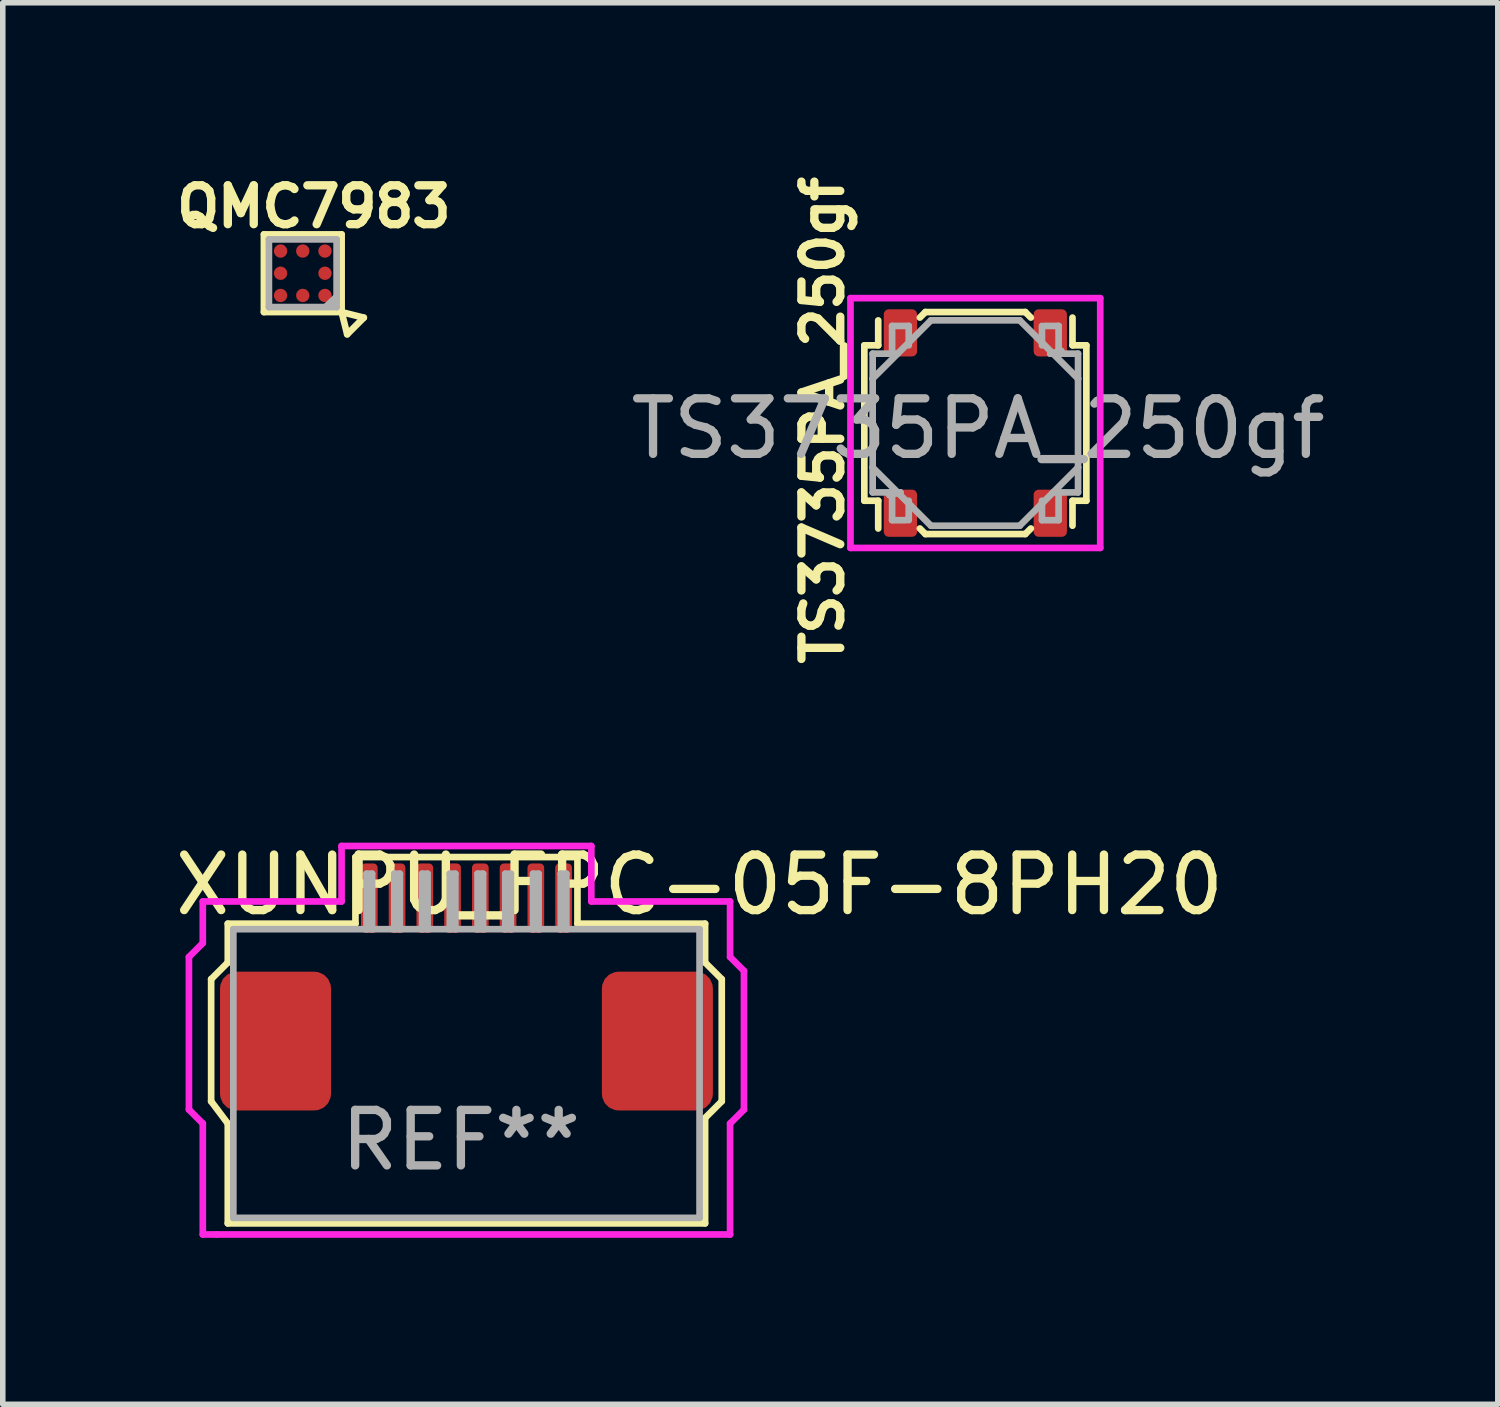
<source format=kicad_pcb>
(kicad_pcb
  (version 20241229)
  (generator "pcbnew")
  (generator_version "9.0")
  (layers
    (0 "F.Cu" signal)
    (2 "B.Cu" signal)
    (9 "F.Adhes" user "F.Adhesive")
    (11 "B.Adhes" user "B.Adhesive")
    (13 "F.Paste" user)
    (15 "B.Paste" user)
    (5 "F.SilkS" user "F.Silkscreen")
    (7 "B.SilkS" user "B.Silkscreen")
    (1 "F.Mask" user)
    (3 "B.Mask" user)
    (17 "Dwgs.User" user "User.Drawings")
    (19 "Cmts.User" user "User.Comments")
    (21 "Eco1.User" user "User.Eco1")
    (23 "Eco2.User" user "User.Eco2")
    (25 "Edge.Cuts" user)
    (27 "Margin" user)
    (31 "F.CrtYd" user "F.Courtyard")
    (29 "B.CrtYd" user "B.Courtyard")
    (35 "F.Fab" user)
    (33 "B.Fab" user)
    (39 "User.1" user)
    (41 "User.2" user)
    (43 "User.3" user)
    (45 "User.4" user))
  (footprint "XUNPU_FPC-05F-8PH20"
    (layer "F.Cu")
    (at 5.354 15.692)
    (property "Reference" "XUNPU_FPC-05F-8PH20" (at 4.2 -2.8 0) (layer "F.SilkS") (effects (font (size 1 1) (thickness 0.15))))
    (attr smd)
    (fp_line (start -4.6 -1.1) (end -4.6 1.1) (stroke (width 0.12) (type solid)) (layer "F.SilkS"))
    (fp_line (start -4.6 1.1) (end -4.3 1.5) (stroke (width 0.12) (type solid)) (layer "F.SilkS"))
    (fp_line (start -4.3 -2.1) (end -4.3 -1.4) (stroke (width 0.12) (type solid)) (layer "F.SilkS"))
    (fp_line (start -4.3 -1.4) (end -4.6 -1.1) (stroke (width 0.12) (type solid)) (layer "F.SilkS"))
    (fp_line (start -4.3 1.5) (end -4.3 3.3) (stroke (width 0.12) (type solid)) (layer "F.SilkS"))
    (fp_line (start -4.3 3.3) (end 4.3 3.3) (stroke (width 0.12) (type solid)) (layer "F.SilkS"))
    (fp_line (start -2 -3.3) (end -2 -2.1) (stroke (width 0.12) (type solid)) (layer "F.SilkS"))
    (fp_line (start -2 -2.1) (end -4.3 -2.1) (stroke (width 0.12) (type solid)) (layer "F.SilkS"))
    (fp_line (start 2 -3.3) (end -2 -3.3) (stroke (width 0.12) (type solid)) (layer "F.SilkS"))
    (fp_line (start 2 -2.1) (end 2 -3.3) (stroke (width 0.12) (type solid)) (layer "F.SilkS"))
    (fp_line (start 4.3 -2.1) (end 2 -2.1) (stroke (width 0.12) (type solid)) (layer "F.SilkS"))
    (fp_line (start 4.3 -1.4) (end 4.3 -2.1) (stroke (width 0.12) (type solid)) (layer "F.SilkS"))
    (fp_line (start 4.3 1.4) (end 4.6 1.1) (stroke (width 0.12) (type solid)) (layer "F.SilkS"))
    (fp_line (start 4.3 3.3) (end 4.3 1.4) (stroke (width 0.12) (type solid)) (layer "F.SilkS"))
    (fp_line (start 4.6 -1.1) (end 4.3 -1.4) (stroke (width 0.12) (type solid)) (layer "F.SilkS"))
    (fp_line (start 4.6 1.1) (end 4.6 -1.1) (stroke (width 0.12) (type solid)) (layer "F.SilkS"))
    (fp_line (start -5 -1.5) (end -5 1.25) (stroke (width 0.12) (type solid)) (layer "F.CrtYd"))
    (fp_line (start -5 1.25) (end -4.75 1.5) (stroke (width 0.12) (type solid)) (layer "F.CrtYd"))
    (fp_line (start -4.75 -2.5) (end -4.75 -1.75) (stroke (width 0.12) (type solid)) (layer "F.CrtYd"))
    (fp_line (start -4.75 -1.75) (end -5 -1.5) (stroke (width 0.12) (type solid)) (layer "F.CrtYd"))
    (fp_line (start -4.75 1.5) (end -4.75 3.5) (stroke (width 0.12) (type solid)) (layer "F.CrtYd"))
    (fp_line (start -4.75 3.5) (end -4.5 3.5) (stroke (width 0.12) (type solid)) (layer "F.CrtYd"))
    (fp_line (start -4.5 -2.5) (end -4.75 -2.5) (stroke (width 0.12) (type solid)) (layer "F.CrtYd"))
    (fp_line (start -4.5 3.5) (end 4.75 3.5) (stroke (width 0.12) (type solid)) (layer "F.CrtYd"))
    (fp_line (start -2.25 -3.5) (end -2.25 -2.5) (stroke (width 0.12) (type solid)) (layer "F.CrtYd"))
    (fp_line (start -2.25 -2.5) (end -4.5 -2.5) (stroke (width 0.12) (type solid)) (layer "F.CrtYd"))
    (fp_line (start 2.25 -3.5) (end -2.25 -3.5) (stroke (width 0.12) (type solid)) (layer "F.CrtYd"))
    (fp_line (start 2.25 -2.5) (end 2.25 -3.5) (stroke (width 0.12) (type solid)) (layer "F.CrtYd"))
    (fp_line (start 4.75 -2.5) (end 2.25 -2.5) (stroke (width 0.12) (type solid)) (layer "F.CrtYd"))
    (fp_line (start 4.75 -1.5) (end 4.75 -2.5) (stroke (width 0.12) (type solid)) (layer "F.CrtYd"))
    (fp_line (start 4.75 1.5) (end 5 1.25) (stroke (width 0.12) (type solid)) (layer "F.CrtYd"))
    (fp_line (start 4.75 3.5) (end 4.75 1.5) (stroke (width 0.12) (type solid)) (layer "F.CrtYd"))
    (fp_line (start 5 -1.25) (end 4.75 -1.5) (stroke (width 0.12) (type solid)) (layer "F.CrtYd"))
    (fp_line (start 5 1.25) (end 5 -1.25) (stroke (width 0.12) (type solid)) (layer "F.CrtYd"))
    (fp_line (start -4.2 -2) (end -4.2 3.2) (stroke (width 0.12) (type solid)) (layer "F.Fab"))
    (fp_line (start -4.2 3.2) (end 4.2 3.2) (stroke (width 0.12) (type solid)) (layer "F.Fab"))
    (fp_line (start -1.8 -3) (end -1.7 -3) (stroke (width 0.12) (type solid)) (layer "F.Fab"))
    (fp_line (start -1.8 -2) (end -1.8 -3) (stroke (width 0.12) (type solid)) (layer "F.Fab"))
    (fp_line (start -1.7 -3) (end -1.7 -2) (stroke (width 0.12) (type solid)) (layer "F.Fab"))
    (fp_line (start -1.3 -3) (end -1.2 -3) (stroke (width 0.12) (type solid)) (layer "F.Fab"))
    (fp_line (start -1.3 -2) (end -1.3 -3) (stroke (width 0.12) (type solid)) (layer "F.Fab"))
    (fp_line (start -1.2 -3) (end -1.2 -2) (stroke (width 0.12) (type solid)) (layer "F.Fab"))
    (fp_line (start -0.8 -3) (end -0.7 -3) (stroke (width 0.12) (type solid)) (layer "F.Fab"))
    (fp_line (start -0.8 -2) (end -0.8 -3) (stroke (width 0.12) (type solid)) (layer "F.Fab"))
    (fp_line (start -0.7 -3) (end -0.7 -2) (stroke (width 0.12) (type solid)) (layer "F.Fab"))
    (fp_line (start -0.3 -3) (end -0.2 -3) (stroke (width 0.12) (type solid)) (layer "F.Fab"))
    (fp_line (start -0.3 -2) (end -0.3 -3) (stroke (width 0.12) (type solid)) (layer "F.Fab"))
    (fp_line (start -0.2 -3) (end -0.2 -2) (stroke (width 0.12) (type solid)) (layer "F.Fab"))
    (fp_line (start 0.2 -3) (end 0.3 -3) (stroke (width 0.12) (type solid)) (layer "F.Fab"))
    (fp_line (start 0.2 -2) (end 0.2 -3) (stroke (width 0.12) (type solid)) (layer "F.Fab"))
    (fp_line (start 0.3 -3) (end 0.3 -2) (stroke (width 0.12) (type solid)) (layer "F.Fab"))
    (fp_line (start 0.7 -3) (end 0.8 -3) (stroke (width 0.12) (type solid)) (layer "F.Fab"))
    (fp_line (start 0.7 -2) (end 0.7 -3) (stroke (width 0.12) (type solid)) (layer "F.Fab"))
    (fp_line (start 0.8 -3) (end 0.8 -2) (stroke (width 0.12) (type solid)) (layer "F.Fab"))
    (fp_line (start 1.2 -3) (end 1.3 -3) (stroke (width 0.12) (type solid)) (layer "F.Fab"))
    (fp_line (start 1.2 -2) (end 1.2 -3) (stroke (width 0.12) (type solid)) (layer "F.Fab"))
    (fp_line (start 1.3 -3) (end 1.3 -2) (stroke (width 0.12) (type solid)) (layer "F.Fab"))
    (fp_line (start 1.7 -3) (end 1.8 -3) (stroke (width 0.12) (type solid)) (layer "F.Fab"))
    (fp_line (start 1.7 -2) (end 1.7 -3) (stroke (width 0.12) (type solid)) (layer "F.Fab"))
    (fp_line (start 1.8 -3) (end 1.8 -2) (stroke (width 0.12) (type solid)) (layer "F.Fab"))
    (fp_line (start 4.2 -2) (end -4.2 -2) (stroke (width 0.12) (type solid)) (layer "F.Fab"))
    (fp_line (start 4.2 3.2) (end 4.2 -2) (stroke (width 0.12) (type solid)) (layer "F.Fab"))
    (fp_text user "REF**" (at -0.1 1.8 0) (layer "F.Fab") (effects (font (size 1 1) (thickness 0.15))))
    (pad "1" smd roundrect (at -1.75 -2.56) (size 0.3 1.25) (layers "F.Cu" "F.Mask" "F.Paste") (roundrect_rratio 0.25))
    (pad "2" smd roundrect (at -1.25 -2.56) (size 0.3 1.25) (layers "F.Cu" "F.Mask" "F.Paste") (roundrect_rratio 0.25))
    (pad "3" smd roundrect (at -0.75 -2.56) (size 0.3 1.25) (layers "F.Cu" "F.Mask" "F.Paste") (roundrect_rratio 0.25))
    (pad "4" smd roundrect (at -0.25 -2.56) (size 0.3 1.25) (layers "F.Cu" "F.Mask" "F.Paste") (roundrect_rratio 0.25))
    (pad "5" smd roundrect (at 0.25 -2.56) (size 0.3 1.25) (layers "F.Cu" "F.Mask" "F.Paste") (roundrect_rratio 0.25))
    (pad "6" smd roundrect (at 0.75 -2.56) (size 0.3 1.25) (layers "F.Cu" "F.Mask" "F.Paste") (roundrect_rratio 0.25))
    (pad "7" smd roundrect (at 1.25 -2.56) (size 0.3 1.25) (layers "F.Cu" "F.Mask" "F.Paste") (roundrect_rratio 0.25))
    (pad "8" smd roundrect (at 1.75 -2.56) (size 0.3 1.25) (layers "F.Cu" "F.Mask" "F.Paste") (roundrect_rratio 0.25))
    (pad "MP" smd roundrect (at -3.44 0.015) (size 2 2.5) (layers "F.Cu" "F.Mask" "F.Paste") (roundrect_rratio 0.15))
    (pad "MP" smd roundrect (at 3.44 0.015) (size 2 2.5) (layers "F.Cu" "F.Mask" "F.Paste") (roundrect_rratio 0.15)))
  (footprint "QMC7983"
    (layer "F.Cu")
    (at 2.405 1.873)
    (property "Reference" "QMC7983" (at 0.2 -1.2 0) (layer "F.SilkS") (effects (font (size 0.7 0.7) (thickness 0.15))))
    (attr through_hole)
    (fp_line (start -0.7 -0.7) (end 0.7 -0.7) (stroke (width 0.12) (type solid)) (layer "F.SilkS"))
    (fp_line (start -0.7 0.7) (end -0.7 -0.7) (stroke (width 0.12) (type solid)) (layer "F.SilkS"))
    (fp_line (start 0.7 -0.7) (end 0.7 0.7) (stroke (width 0.12) (type solid)) (layer "F.SilkS"))
    (fp_line (start 0.7 0.7) (end -0.7 0.7) (stroke (width 0.12) (type solid)) (layer "F.SilkS"))
    (fp_line (start 0.7 0.7) (end 1.1 0.8) (stroke (width 0.12) (type solid)) (layer "F.SilkS"))
    (fp_line (start 0.8 1.1) (end 0.7 0.7) (stroke (width 0.12) (type solid)) (layer "F.SilkS"))
    (fp_line (start 1.1 0.8) (end 0.8 1.1) (stroke (width 0.12) (type solid)) (layer "F.SilkS"))
    (fp_line (start -0.61 -0.61) (end -0.61 0.61) (stroke (width 0.12) (type solid)) (layer "F.Fab"))
    (fp_line (start -0.61 0.61) (end 0.61 0.61) (stroke (width 0.12) (type solid)) (layer "F.Fab"))
    (fp_line (start 0.42 0.6) (end 0.6 0.43) (stroke (width 0.12) (type solid)) (layer "F.Fab"))
    (fp_line (start 0.61 -0.61) (end -0.61 -0.61) (stroke (width 0.12) (type solid)) (layer "F.Fab"))
    (fp_line (start 0.61 0.61) (end 0.61 -0.61) (stroke (width 0.12) (type solid)) (layer "F.Fab"))
    (pad "A1" smd circle (at 0.4 0.4) (size 0.24 0.24) (layers "F.Cu" "F.Mask" "F.Paste"))
    (pad "A2" smd circle (at 0 0.4) (size 0.24 0.24) (layers "F.Cu" "F.Mask" "F.Paste"))
    (pad "A3" smd circle (at -0.4 0.4) (size 0.24 0.24) (layers "F.Cu" "F.Mask" "F.Paste"))
    (pad "B1" smd circle (at 0.4 0) (size 0.24 0.24) (layers "F.Cu" "F.Mask" "F.Paste"))
    (pad "B3" smd circle (at -0.4 0) (size 0.24 0.24) (layers "F.Cu" "F.Mask" "F.Paste"))
    (pad "C1" smd circle (at 0.4 -0.4) (size 0.24 0.24) (layers "F.Cu" "F.Mask" "F.Paste"))
    (pad "C2" smd circle (at 0 -0.4) (size 0.24 0.24) (layers "F.Cu" "F.Mask" "F.Paste"))
    (pad "C3" smd circle (at -0.4 -0.4) (size 0.24 0.24) (layers "F.Cu" "F.Mask" "F.Paste")))
  (footprint "TS3735PA_250gf"
    (layer "F.Cu")
    (at 14.523 4.572)
    (property "Reference" "TS3735PA_250gf" (at -2.75 -0.05 90) (layer "F.SilkS") (effects (font (size 0.7 0.7) (thickness 0.15))))
    (attr smd)
    (fp_line (start -2 -1.4) (end -2 1.4) (stroke (width 0.12) (type solid)) (layer "F.SilkS"))
    (fp_line (start -2 1.4) (end -1.75 1.4) (stroke (width 0.12) (type solid)) (layer "F.SilkS"))
    (fp_line (start -1.75 -1.85) (end -1.75 -1.4) (stroke (width 0.12) (type solid)) (layer "F.SilkS"))
    (fp_line (start -1.75 -1.4) (end -2 -1.4) (stroke (width 0.12) (type solid)) (layer "F.SilkS"))
    (fp_line (start -1.75 1.4) (end -1.75 1.9) (stroke (width 0.12) (type solid)) (layer "F.SilkS"))
    (fp_line (start -1 1.9) (end -0.9 2) (stroke (width 0.12) (type solid)) (layer "F.SilkS"))
    (fp_line (start -0.9 -2) (end -1 -1.9) (stroke (width 0.12) (type solid)) (layer "F.SilkS"))
    (fp_line (start -0.9 2) (end 0.9 2) (stroke (width 0.12) (type solid)) (layer "F.SilkS"))
    (fp_line (start 0.9 -2) (end -0.9 -2) (stroke (width 0.12) (type solid)) (layer "F.SilkS"))
    (fp_line (start 0.9 2) (end 1 1.9) (stroke (width 0.12) (type solid)) (layer "F.SilkS"))
    (fp_line (start 1 -1.9) (end 0.9 -2) (stroke (width 0.12) (type solid)) (layer "F.SilkS"))
    (fp_line (start 1.75 -1.4) (end 1.75 -1.9) (stroke (width 0.12) (type solid)) (layer "F.SilkS"))
    (fp_line (start 1.75 1.4) (end 2 1.4) (stroke (width 0.12) (type solid)) (layer "F.SilkS"))
    (fp_line (start 1.75 1.85) (end 1.75 1.4) (stroke (width 0.12) (type solid)) (layer "F.SilkS"))
    (fp_line (start 2 -1.4) (end 1.75 -1.4) (stroke (width 0.12) (type solid)) (layer "F.SilkS"))
    (fp_line (start 2 1.4) (end 2 -1.4) (stroke (width 0.12) (type solid)) (layer "F.SilkS"))
    (fp_line (start -2.25 -2.25) (end 2.25 -2.25) (stroke (width 0.12) (type solid)) (layer "F.CrtYd"))
    (fp_line (start -2.25 2.25) (end -2.25 -2.25) (stroke (width 0.12) (type solid)) (layer "F.CrtYd"))
    (fp_line (start 2.25 -2.25) (end 2.25 2.25) (stroke (width 0.12) (type solid)) (layer "F.CrtYd"))
    (fp_line (start 2.25 2.25) (end -2.25 2.25) (stroke (width 0.12) (type solid)) (layer "F.CrtYd"))
    (fp_line (start -1.85 -1.25) (end -1.4 -1.25) (stroke (width 0.12) (type solid)) (layer "F.Fab"))
    (fp_line (start -1.85 -0.8) (end -1.85 -1.25) (stroke (width 0.12) (type solid)) (layer "F.Fab"))
    (fp_line (start -1.85 0.8) (end -1.85 -0.8) (stroke (width 0.12) (type solid)) (layer "F.Fab"))
    (fp_line (start -1.85 0.8) (end -1.85 1.25) (stroke (width 0.12) (type solid)) (layer "F.Fab"))
    (fp_line (start -1.85 0.8) (end -0.8 1.85) (stroke (width 0.12) (type solid)) (layer "F.Fab"))
    (fp_line (start -1.85 1.25) (end -1.35 1.25) (stroke (width 0.12) (type solid)) (layer "F.Fab"))
    (fp_line (start -1.5 -1.75) (end -1.2 -1.75) (stroke (width 0.12) (type solid)) (layer "F.Fab"))
    (fp_line (start -1.5 -1.25) (end -1.5 -1.75) (stroke (width 0.12) (type solid)) (layer "F.Fab"))
    (fp_line (start -1.5 1.3) (end -1.5 1.75) (stroke (width 0.12) (type solid)) (layer "F.Fab"))
    (fp_line (start -1.5 1.75) (end -1.25 1.75) (stroke (width 0.12) (type solid)) (layer "F.Fab"))
    (fp_line (start -1.35 1.25) (end -1.55 1.3) (stroke (width 0.12) (type solid)) (layer "F.Fab"))
    (fp_line (start -1.2 -1.75) (end -1.2 -1.4) (stroke (width 0.12) (type solid)) (layer "F.Fab"))
    (fp_line (start -1.2 1.75) (end -1.2 1.4) (stroke (width 0.12) (type solid)) (layer "F.Fab"))
    (fp_line (start -0.8 -1.85) (end -1.85 -0.8) (stroke (width 0.12) (type solid)) (layer "F.Fab"))
    (fp_line (start -0.8 -1.85) (end 0.8 -1.85) (stroke (width 0.12) (type solid)) (layer "F.Fab"))
    (fp_line (start 0.8 -1.85) (end 1.85 -0.8) (stroke (width 0.12) (type solid)) (layer "F.Fab"))
    (fp_line (start 0.8 1.85) (end -0.8 1.85) (stroke (width 0.12) (type solid)) (layer "F.Fab"))
    (fp_line (start 1.2 -1.75) (end 1.2 -1.4) (stroke (width 0.12) (type solid)) (layer "F.Fab"))
    (fp_line (start 1.2 1.75) (end 1.2 1.4) (stroke (width 0.12) (type solid)) (layer "F.Fab"))
    (fp_line (start 1.35 -1.25) (end 1.55 -1.3) (stroke (width 0.12) (type solid)) (layer "F.Fab"))
    (fp_line (start 1.5 -1.75) (end 1.25 -1.75) (stroke (width 0.12) (type solid)) (layer "F.Fab"))
    (fp_line (start 1.5 -1.3) (end 1.5 -1.75) (stroke (width 0.12) (type solid)) (layer "F.Fab"))
    (fp_line (start 1.5 1.25) (end 1.5 1.75) (stroke (width 0.12) (type solid)) (layer "F.Fab"))
    (fp_line (start 1.5 1.75) (end 1.2 1.75) (stroke (width 0.12) (type solid)) (layer "F.Fab"))
    (fp_line (start 1.85 -1.25) (end 1.35 -1.25) (stroke (width 0.12) (type solid)) (layer "F.Fab"))
    (fp_line (start 1.85 -0.8) (end 1.85 -1.25) (stroke (width 0.12) (type solid)) (layer "F.Fab"))
    (fp_line (start 1.85 0.8) (end 0.8 1.85) (stroke (width 0.12) (type solid)) (layer "F.Fab"))
    (fp_line (start 1.85 0.8) (end 1.85 -0.8) (stroke (width 0.12) (type solid)) (layer "F.Fab"))
    (fp_line (start 1.85 0.8) (end 1.85 1.25) (stroke (width 0.12) (type solid)) (layer "F.Fab"))
    (fp_line (start 1.85 1.25) (end 1.4 1.25) (stroke (width 0.12) (type solid)) (layer "F.Fab"))
    (fp_text user "${REFERENCE}" (at 0.05 0.1 0) (layer "F.Fab") (effects (font (size 1 1) (thickness 0.15))))
    (pad "1" smd roundrect (at -1.35 -1.625) (size 0.6 0.85) (layers "F.Cu" "F.Mask" "F.Paste") (roundrect_rratio 0.15))
    (pad "1" smd roundrect (at -1.35 1.625) (size 0.6 0.85) (layers "F.Cu" "F.Mask" "F.Paste") (roundrect_rratio 0.15))
    (pad "2" smd roundrect (at 1.35 -1.625) (size 0.6 0.85) (layers "F.Cu" "F.Mask" "F.Paste") (roundrect_rratio 0.15))
    (pad "2" smd roundrect (at 1.35 1.625) (size 0.6 0.85) (layers "F.Cu" "F.Mask" "F.Paste") (roundrect_rratio 0.15)))
  (gr_rect
    (start -3 -3)
    (end 23.936 22.252)
    (stroke (width 0.1) (type default))
    (fill no)
    (layer "Edge.Cuts")))
</source>
